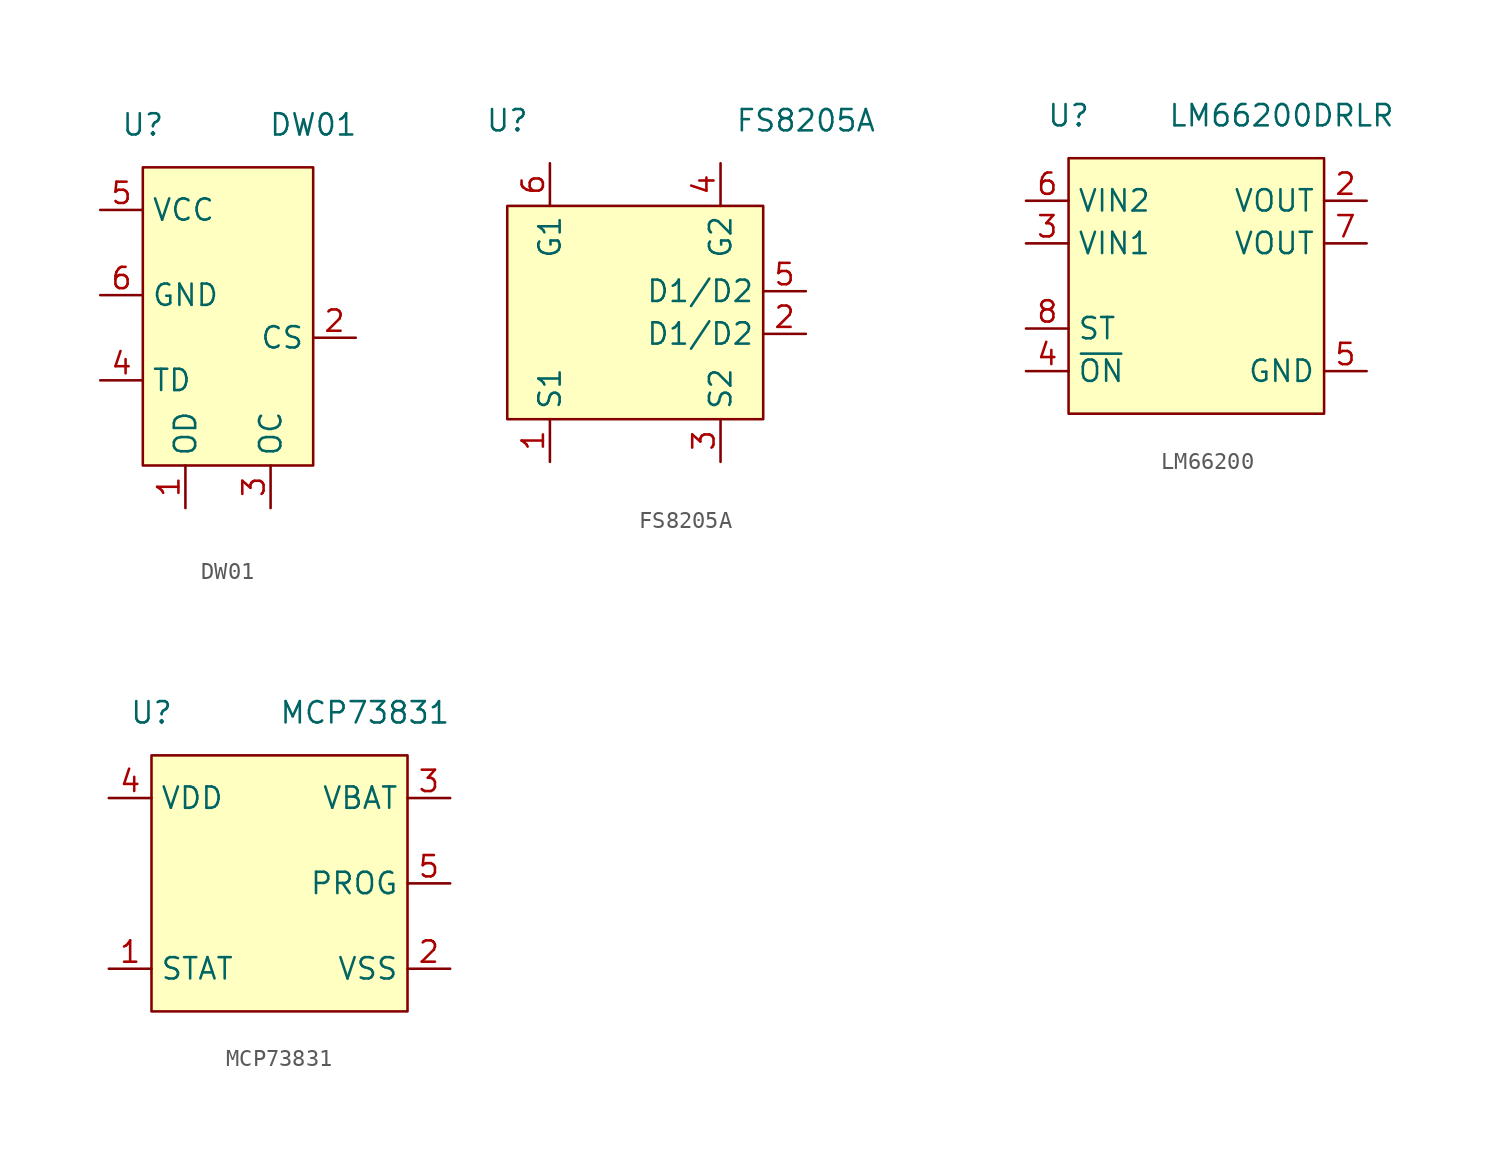
<source format=kicad_sym>
(kicad_symbol_lib
  (version 20241209)
  (generator "kicad_symbol_editor")
  (generator_version "9.0")
  (symbol "DW01"
    (property "Reference" "U"
      (at -5.08 17.78 0)
      (effects (font (size 1.27 1.27))))
    (property "Value" "DW01"
      (at 5.08 17.78 0)
      (effects (font (size 1.27 1.27))))
    (symbol "DW01_1_1"
      (rectangle (start -5.08 15.24) (end 5.08 -2.54) (stroke (width 0) (type solid)) (fill (type background)))
      (pin output line (at -7.62 12.7 0) (length 2.54) (name "VCC" (effects (font (size 1.27 1.27)))) (number "5" (effects (font (size 1.27 1.27)))))
      (pin output line (at -7.62 7.62 0) (length 2.54) (name "GND" (effects (font (size 1.27 1.27)))) (number "6" (effects (font (size 1.27 1.27)))))
      (pin output line (at -7.62 2.54 0) (length 2.54) (name "TD" (effects (font (size 1.27 1.27)))) (number "4" (effects (font (size 1.27 1.27)))))
      (pin output line (at -2.54 -5.08 90) (length 2.54) (name "OD" (effects (font (size 1.27 1.27)))) (number "1" (effects (font (size 1.27 1.27)))))
      (pin output line (at 2.54 -5.08 90) (length 2.54) (name "OC" (effects (font (size 1.27 1.27)))) (number "3" (effects (font (size 1.27 1.27)))))
      (pin output line (at 7.62 5.08 180) (length 2.54) (name "CS" (effects (font (size 1.27 1.27)))) (number "2" (effects (font (size 1.27 1.27)))))))
  (symbol "FS8205A"
    (property "Reference" "U"
      (at -7.62 10.16 0)
      (effects (font (size 1.27 1.27))))
    (property "Value" "FS8205A"
      (at 10.16 10.16 0)
      (effects (font (size 1.27 1.27))))
    (symbol "FS8205A_1_1"
      (rectangle (start -7.62 5.08) (end 7.62 -7.62) (stroke (width 0) (type solid)) (fill (type background)))
      (pin output line (at -5.08 7.62 270) (length 2.54) (name "G1" (effects (font (size 1.27 1.27)))) (number "6" (effects (font (size 1.27 1.27)))))
      (pin output line (at -5.08 -10.16 90) (length 2.54) (name "S1" (effects (font (size 1.27 1.27)))) (number "1" (effects (font (size 1.27 1.27)))))
      (pin output line (at 5.08 7.62 270) (length 2.54) (name "G2" (effects (font (size 1.27 1.27)))) (number "4" (effects (font (size 1.27 1.27)))))
      (pin output line (at 5.08 -10.16 90) (length 2.54) (name "S2" (effects (font (size 1.27 1.27)))) (number "3" (effects (font (size 1.27 1.27)))))
      (pin output line (at 10.16 0 180) (length 2.54) (name "D1/D2" (effects (font (size 1.27 1.27)))) (number "5" (effects (font (size 1.27 1.27)))))
      (pin output line (at 10.16 -2.54 180) (length 2.54) (name "D1/D2" (effects (font (size 1.27 1.27)))) (number "2" (effects (font (size 1.27 1.27)))))))
  (symbol "LM66200"
    (property "Reference" "U"
      (at -7.62 10.16 0)
      (effects (font (size 1.27 1.27))))
    (property "Value" "LM66200DRLR"
      (at 5.08 10.16 0)
      (effects (font (size 1.27 1.27))))
    (symbol "LM66200_1_1"
      (rectangle (start -7.62 7.62) (end 7.62 -7.62) (stroke (width 0) (type solid)) (fill (type background)))
      (pin passive line (at -10.16 5.08 0) (length 2.54) (name "VIN2" (effects (font (size 1.27 1.27)))) (number "6" (effects (font (size 1.27 1.27)))))
      (pin passive line (at -10.16 2.54 0) (length 2.54) (name "VIN1" (effects (font (size 1.27 1.27)))) (number "3" (effects (font (size 1.27 1.27)))))
      (pin passive line (at -10.16 -2.54 0) (length 2.54) (name "ST" (effects (font (size 1.27 1.27)))) (number "8" (effects (font (size 1.27 1.27)))))
      (pin passive line (at -10.16 -5.08 0) (length 2.54) (name "~{ON}" (effects (font (size 1.27 1.27)))) (number "4" (effects (font (size 1.27 1.27)))))
      (pin passive line (at 10.16 5.08 180) (length 2.54) (name "VOUT" (effects (font (size 1.27 1.27)))) (number "2" (effects (font (size 1.27 1.27)))))
      (pin passive line (at 10.16 2.54 180) (length 2.54) (name "VOUT" (effects (font (size 1.27 1.27)))) (number "7" (effects (font (size 1.27 1.27)))))
      (pin passive line (at 10.16 -5.08 180) (length 2.54) (name "GND" (effects (font (size 1.27 1.27)))) (number "5" (effects (font (size 1.27 1.27)))))))
  (symbol "MCP73831"
    (property "Reference" "U"
      (at -7.62 10.16 0)
      (effects (font (size 1.27 1.27))))
    (property "Value" "MCP73831"
      (at 5.08 10.16 0)
      (effects (font (size 1.27 1.27))))
    (symbol "MCP73831_1_1"
      (rectangle (start -7.62 7.62) (end 7.62 -7.62) (stroke (width 0) (type solid)) (fill (type background)))
      (pin power_in line (at -10.16 5.08 0) (length 2.54) (name "VDD" (effects (font (size 1.27 1.27)))) (number "4" (effects (font (size 1.27 1.27)))))
      (pin output line (at -10.16 -5.08 0) (length 2.54) (name "STAT" (effects (font (size 1.27 1.27)))) (number "1" (effects (font (size 1.27 1.27)))))
      (pin power_out line (at 10.16 5.08 180) (length 2.54) (name "VBAT" (effects (font (size 1.27 1.27)))) (number "3" (effects (font (size 1.27 1.27)))))
      (pin output line (at 10.16 0 180) (length 2.54) (name "PROG" (effects (font (size 1.27 1.27)))) (number "5" (effects (font (size 1.27 1.27)))))
      (pin power_out line (at 10.16 -5.08 180) (length 2.54) (name "VSS" (effects (font (size 1.27 1.27)))) (number "2" (effects (font (size 1.27 1.27))))))))
</source>
